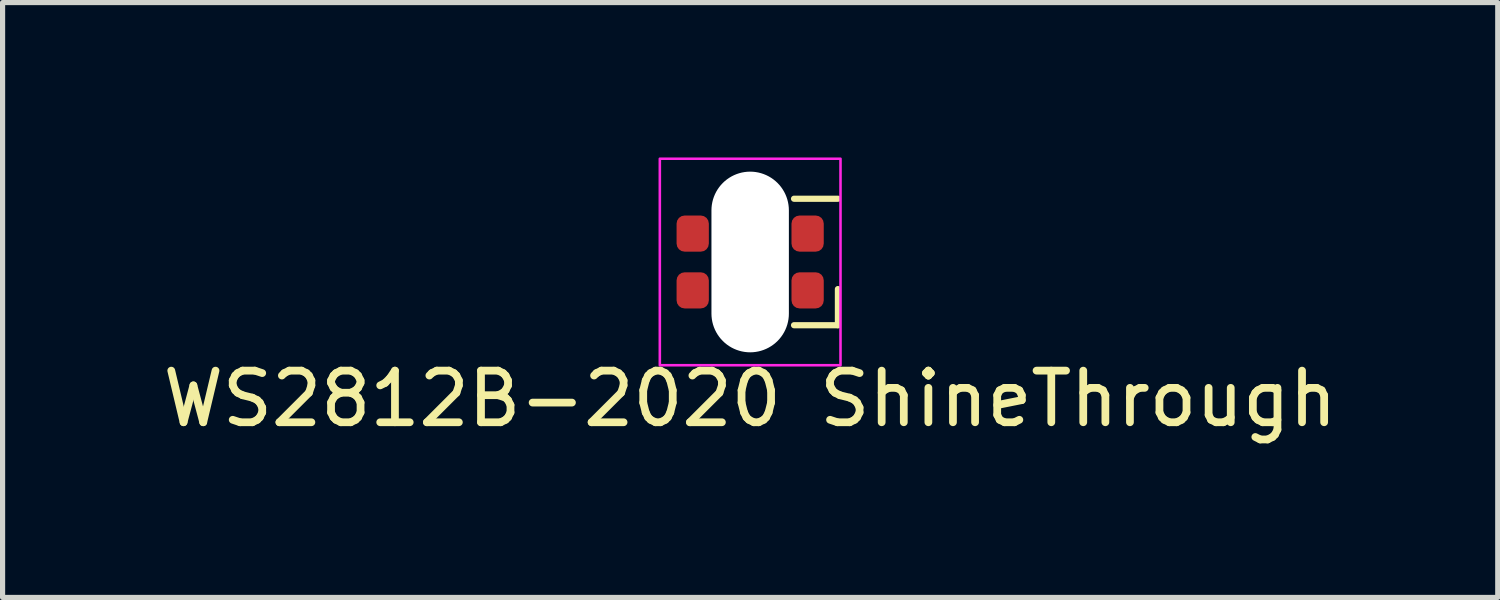
<source format=kicad_pcb>
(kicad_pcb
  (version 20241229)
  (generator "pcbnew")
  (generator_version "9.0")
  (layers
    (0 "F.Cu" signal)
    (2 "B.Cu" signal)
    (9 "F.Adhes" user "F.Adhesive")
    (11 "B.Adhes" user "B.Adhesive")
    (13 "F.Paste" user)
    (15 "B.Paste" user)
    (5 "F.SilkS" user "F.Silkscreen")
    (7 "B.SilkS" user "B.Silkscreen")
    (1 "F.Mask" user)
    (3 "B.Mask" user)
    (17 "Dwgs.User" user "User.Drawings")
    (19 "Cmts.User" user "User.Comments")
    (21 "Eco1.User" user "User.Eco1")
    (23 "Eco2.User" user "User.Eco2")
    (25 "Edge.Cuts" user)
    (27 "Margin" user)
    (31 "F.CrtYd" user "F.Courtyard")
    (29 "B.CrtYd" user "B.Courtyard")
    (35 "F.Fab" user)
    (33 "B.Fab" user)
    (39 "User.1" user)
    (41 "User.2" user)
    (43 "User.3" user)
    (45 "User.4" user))
  (footprint "WS2812B-2020 ShineThrough"
    (layer "F.Cu")
    (at 11.482 2.025)
    (property "Reference" "WS2812B-2020 ShineThrough" (at 0 2.65 0) (unlocked yes) (layer "F.SilkS") (effects (font (size 1 1) (thickness 0.15))))
    (attr smd)
    (fp_line (start 1.7 -1.225) (end 0.85 -1.225) (stroke (width 0.12) (type solid)) (layer "F.SilkS"))
    (fp_line (start 1.7 0.525) (end 1.7 1.225) (stroke (width 0.12) (type solid)) (layer "F.SilkS"))
    (fp_line (start 1.7 1.225) (end 0.85 1.225) (stroke (width 0.12) (type solid)) (layer "F.SilkS"))
    (fp_rect (start -1.75 -2) (end 1.75 2) (stroke (width 0.05) (type default)) (fill no) (layer "F.CrtYd"))
    (pad "" np_thru_hole oval (at 0 0) (size 1.5 3.5) (drill oval 1.5 3.5) (layers "*.Cu" "*.Mask"))
    (pad "1" smd roundrect (at 1.113 0.55) (size 0.625 0.7) (layers "F.Cu" "F.Mask" "F.Paste") (roundrect_rratio 0.25))
    (pad "2" smd roundrect (at -1.113 0.55) (size 0.625 0.7) (layers "F.Cu" "F.Mask" "F.Paste") (roundrect_rratio 0.25))
    (pad "3" smd roundrect (at -1.113 -0.55) (size 0.625 0.7) (layers "F.Cu" "F.Mask" "F.Paste") (roundrect_rratio 0.25))
    (pad "4" smd roundrect (at 1.113 -0.55) (size 0.625 0.7) (layers "F.Cu" "F.Mask" "F.Paste") (roundrect_rratio 0.25)))
  (gr_rect
    (start -3 -3)
    (end 25.964 8.523)
    (stroke (width 0.1) (type default))
    (fill no)
    (layer "Edge.Cuts")))
</source>
